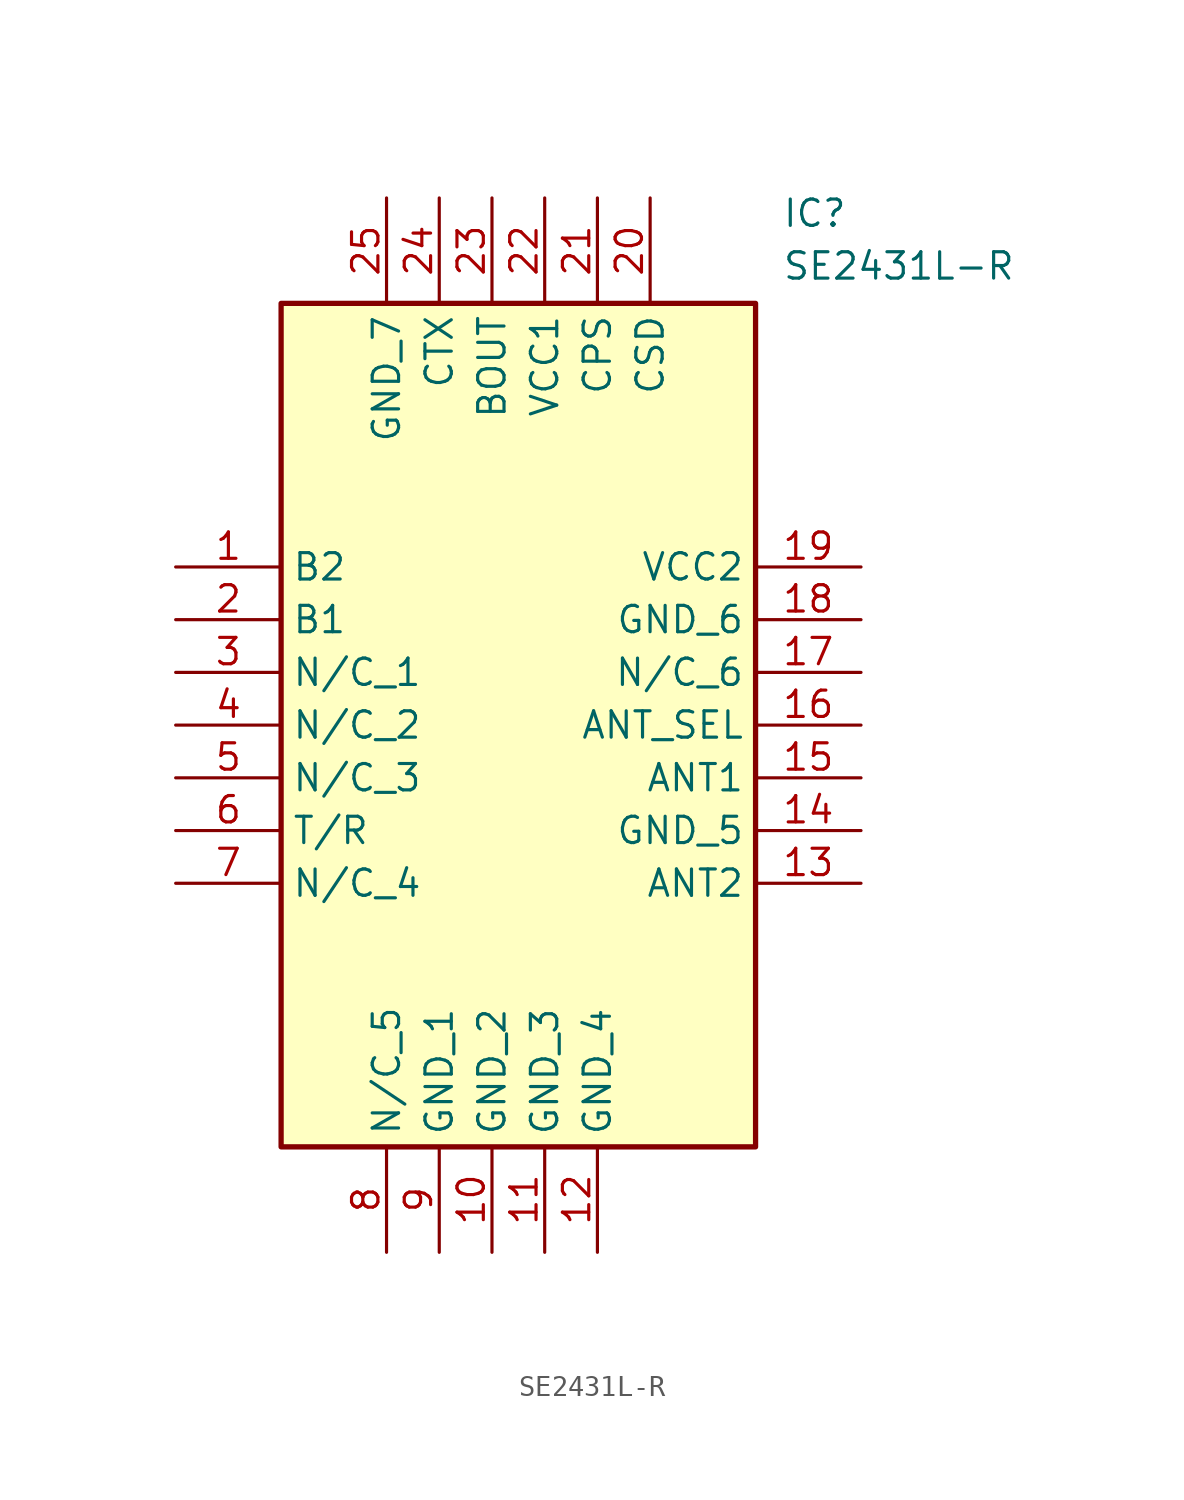
<source format=kicad_sym>
(kicad_symbol_lib
  (version 20211014)
  (generator SamacSys_ECAD_Model)
  (symbol "SE2431L-R"
    (property "Reference" "IC"
      (at 29.21 17.78 0)
      (effects (font (size 1.27 1.27)) (justify left top)))
    (property "Value" "SE2431L-R"
      (at 29.21 15.24 0)
      (effects (font (size 1.27 1.27)) (justify left top)))
    (rectangle
      (start 5.08 12.7)
      (end 27.94 -27.94)
      (stroke (width 0.254) (type default))
      (fill (type background)))
    (pin passive line
      (at 0 0 0)
      (length 5.08)
      (name "B2" (effects (font (size 1.27 1.27))))
      (number "1" (effects (font (size 1.27 1.27)))))
    (pin passive line
      (at 0 -2.54 0)
      (length 5.08)
      (name "B1" (effects (font (size 1.27 1.27))))
      (number "2" (effects (font (size 1.27 1.27)))))
    (pin passive line
      (at 0 -5.08 0)
      (length 5.08)
      (name "N/C_1" (effects (font (size 1.27 1.27))))
      (number "3" (effects (font (size 1.27 1.27)))))
    (pin passive line
      (at 0 -7.62 0)
      (length 5.08)
      (name "N/C_2" (effects (font (size 1.27 1.27))))
      (number "4" (effects (font (size 1.27 1.27)))))
    (pin passive line
      (at 0 -10.16 0)
      (length 5.08)
      (name "N/C_3" (effects (font (size 1.27 1.27))))
      (number "5" (effects (font (size 1.27 1.27)))))
    (pin passive line
      (at 0 -12.7 0)
      (length 5.08)
      (name "T/R" (effects (font (size 1.27 1.27))))
      (number "6" (effects (font (size 1.27 1.27)))))
    (pin passive line
      (at 0 -15.24 0)
      (length 5.08)
      (name "N/C_4" (effects (font (size 1.27 1.27))))
      (number "7" (effects (font (size 1.27 1.27)))))
    (pin passive line
      (at 10.16 -33.02 90)
      (length 5.08)
      (name "N/C_5" (effects (font (size 1.27 1.27))))
      (number "8" (effects (font (size 1.27 1.27)))))
    (pin passive line
      (at 12.7 -33.02 90)
      (length 5.08)
      (name "GND_1" (effects (font (size 1.27 1.27))))
      (number "9" (effects (font (size 1.27 1.27)))))
    (pin passive line
      (at 15.24 -33.02 90)
      (length 5.08)
      (name "GND_2" (effects (font (size 1.27 1.27))))
      (number "10" (effects (font (size 1.27 1.27)))))
    (pin passive line
      (at 17.78 -33.02 90)
      (length 5.08)
      (name "GND_3" (effects (font (size 1.27 1.27))))
      (number "11" (effects (font (size 1.27 1.27)))))
    (pin passive line
      (at 20.32 -33.02 90)
      (length 5.08)
      (name "GND_4" (effects (font (size 1.27 1.27))))
      (number "12" (effects (font (size 1.27 1.27)))))
    (pin passive line
      (at 33.02 0 180)
      (length 5.08)
      (name "VCC2" (effects (font (size 1.27 1.27))))
      (number "19" (effects (font (size 1.27 1.27)))))
    (pin passive line
      (at 33.02 -2.54 180)
      (length 5.08)
      (name "GND_6" (effects (font (size 1.27 1.27))))
      (number "18" (effects (font (size 1.27 1.27)))))
    (pin passive line
      (at 33.02 -5.08 180)
      (length 5.08)
      (name "N/C_6" (effects (font (size 1.27 1.27))))
      (number "17" (effects (font (size 1.27 1.27)))))
    (pin passive line
      (at 33.02 -7.62 180)
      (length 5.08)
      (name "ANT_SEL" (effects (font (size 1.27 1.27))))
      (number "16" (effects (font (size 1.27 1.27)))))
    (pin passive line
      (at 33.02 -10.16 180)
      (length 5.08)
      (name "ANT1" (effects (font (size 1.27 1.27))))
      (number "15" (effects (font (size 1.27 1.27)))))
    (pin passive line
      (at 33.02 -12.7 180)
      (length 5.08)
      (name "GND_5" (effects (font (size 1.27 1.27))))
      (number "14" (effects (font (size 1.27 1.27)))))
    (pin passive line
      (at 33.02 -15.24 180)
      (length 5.08)
      (name "ANT2" (effects (font (size 1.27 1.27))))
      (number "13" (effects (font (size 1.27 1.27)))))
    (pin passive line
      (at 10.16 17.78 270)
      (length 5.08)
      (name "GND_7" (effects (font (size 1.27 1.27))))
      (number "25" (effects (font (size 1.27 1.27)))))
    (pin passive line
      (at 12.7 17.78 270)
      (length 5.08)
      (name "CTX" (effects (font (size 1.27 1.27))))
      (number "24" (effects (font (size 1.27 1.27)))))
    (pin passive line
      (at 15.24 17.78 270)
      (length 5.08)
      (name "BOUT" (effects (font (size 1.27 1.27))))
      (number "23" (effects (font (size 1.27 1.27)))))
    (pin passive line
      (at 17.78 17.78 270)
      (length 5.08)
      (name "VCC1" (effects (font (size 1.27 1.27))))
      (number "22" (effects (font (size 1.27 1.27)))))
    (pin passive line
      (at 20.32 17.78 270)
      (length 5.08)
      (name "CPS" (effects (font (size 1.27 1.27))))
      (number "21" (effects (font (size 1.27 1.27)))))
    (pin passive line
      (at 22.86 17.78 270)
      (length 5.08)
      (name "CSD" (effects (font (size 1.27 1.27))))
      (number "20" (effects (font (size 1.27 1.27)))))))
</source>
